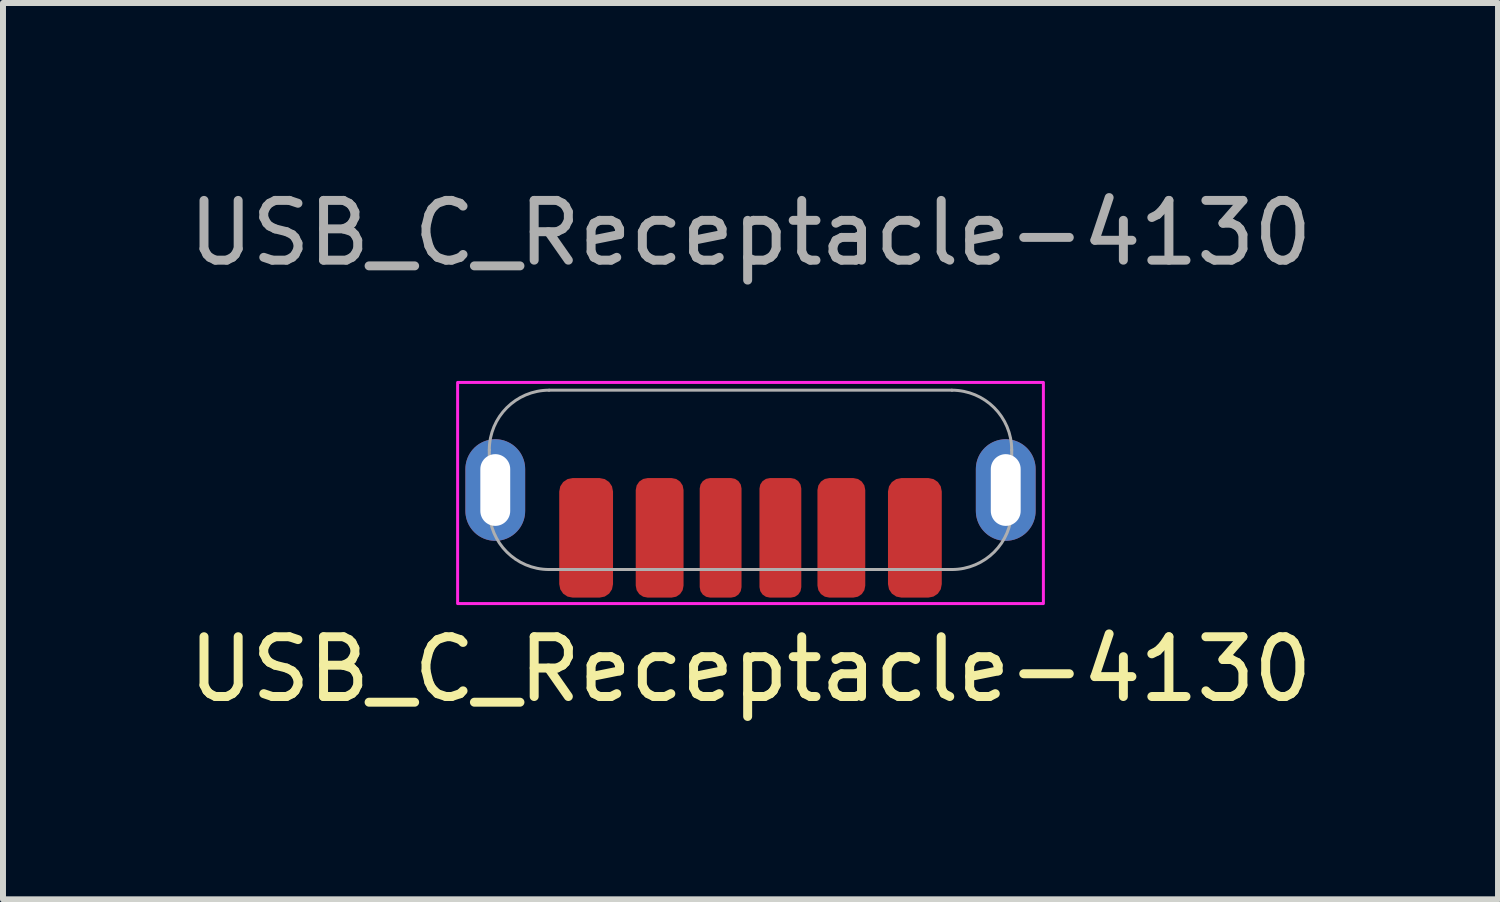
<source format=kicad_pcb>
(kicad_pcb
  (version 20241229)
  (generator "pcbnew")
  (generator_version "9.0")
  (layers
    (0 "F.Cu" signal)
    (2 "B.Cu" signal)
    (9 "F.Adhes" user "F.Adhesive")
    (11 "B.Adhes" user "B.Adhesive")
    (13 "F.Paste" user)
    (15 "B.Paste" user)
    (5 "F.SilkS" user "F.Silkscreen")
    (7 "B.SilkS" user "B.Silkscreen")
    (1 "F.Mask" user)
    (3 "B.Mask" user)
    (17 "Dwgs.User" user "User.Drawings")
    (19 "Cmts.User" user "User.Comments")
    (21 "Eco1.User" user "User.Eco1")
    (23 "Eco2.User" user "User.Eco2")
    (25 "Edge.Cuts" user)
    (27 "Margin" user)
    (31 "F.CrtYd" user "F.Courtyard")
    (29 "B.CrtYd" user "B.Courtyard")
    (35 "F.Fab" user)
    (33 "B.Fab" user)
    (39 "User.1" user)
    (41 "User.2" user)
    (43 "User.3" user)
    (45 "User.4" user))
  (footprint "USB_C_Receptacle-4130"
    (layer "F.Cu")
    (at 9.506 5.148)
    (property "Reference" "USB_C_Receptacle-4130" (at 0 3 0) (unlocked yes) (layer "F.SilkS") (effects (font (size 1 1) (thickness 0.15))))
    (fp_rect (start -4.9 -1.8) (end 4.9 1.9) (stroke (width 0.05) (type solid)) (fill no) (layer "F.CrtYd"))
    (fp_line (start -4.37 0.33) (end -4.37 -0.67) (stroke (width 0.05) (type solid)) (layer "F.Fab"))
    (fp_line (start -3.37 1.33) (end 3.37 1.33) (stroke (width 0.05) (type solid)) (layer "F.Fab"))
    (fp_line (start 3.37 -1.67) (end -3.37 -1.67) (stroke (width 0.05) (type solid)) (layer "F.Fab"))
    (fp_line (start 4.37 -0.67) (end 4.37 0.33) (stroke (width 0.05) (type solid)) (layer "F.Fab"))
    (fp_arc (start -4.37 -0.67) (mid -4.077107 -1.377106) (end -3.37 -1.67) (stroke (width 0.05) (type solid)) (layer "F.Fab"))
    (fp_arc (start -3.37 1.33) (mid -4.077106 1.037107) (end -4.37 0.33) (stroke (width 0.05) (type solid)) (layer "F.Fab"))
    (fp_arc (start 3.37 -1.67) (mid 4.077106 -1.377107) (end 4.37 -0.67) (stroke (width 0.05) (type solid)) (layer "F.Fab"))
    (fp_arc (start 4.37 0.33) (mid 4.077107 1.037106) (end 3.37 1.33) (stroke (width 0.05) (type solid)) (layer "F.Fab"))
    (fp_text user "${REFERENCE}" (at 0 -4.3 0) (unlocked yes) (layer "F.Fab") (effects (font (size 1 1) (thickness 0.15))))
    (pad "A5" smd roundrect (at -0.5 0.8) (size 0.7 2) (layers "F.Cu" "F.Mask" "F.Paste") (roundrect_rratio 0.25))
    (pad "A9" smd roundrect (at 1.52 0.8) (size 0.8 2) (layers "F.Cu" "F.Mask" "F.Paste") (roundrect_rratio 0.25))
    (pad "A12" smd roundrect (at 2.75 0.8) (size 0.9 2) (layers "F.Cu" "F.Mask" "F.Paste") (roundrect_rratio 0.25))
    (pad "B5" smd roundrect (at 0.5 0.8) (size 0.7 2) (layers "F.Cu" "F.Mask" "F.Paste") (roundrect_rratio 0.25))
    (pad "B9" smd roundrect (at -1.52 0.8) (size 0.8 2) (layers "F.Cu" "F.Mask" "F.Paste") (roundrect_rratio 0.25))
    (pad "B12" smd roundrect (at -2.75 0.8) (size 0.9 2) (layers "F.Cu" "F.Mask" "F.Paste") (roundrect_rratio 0.25))
    (pad "S1" thru_hole oval (at -4.27 0) (size 1 1.7) (drill oval 0.5 1.2) (layers "*.Cu" "*.Mask"))
    (pad "S1" thru_hole oval (at 4.27 0) (size 1 1.7) (drill oval 0.5 1.2) (layers "*.Cu" "*.Mask")))
  (gr_rect
    (start -3 -3)
    (end 22.012 11.996)
    (stroke (width 0.1) (type default))
    (fill no)
    (layer "Edge.Cuts")))
</source>
